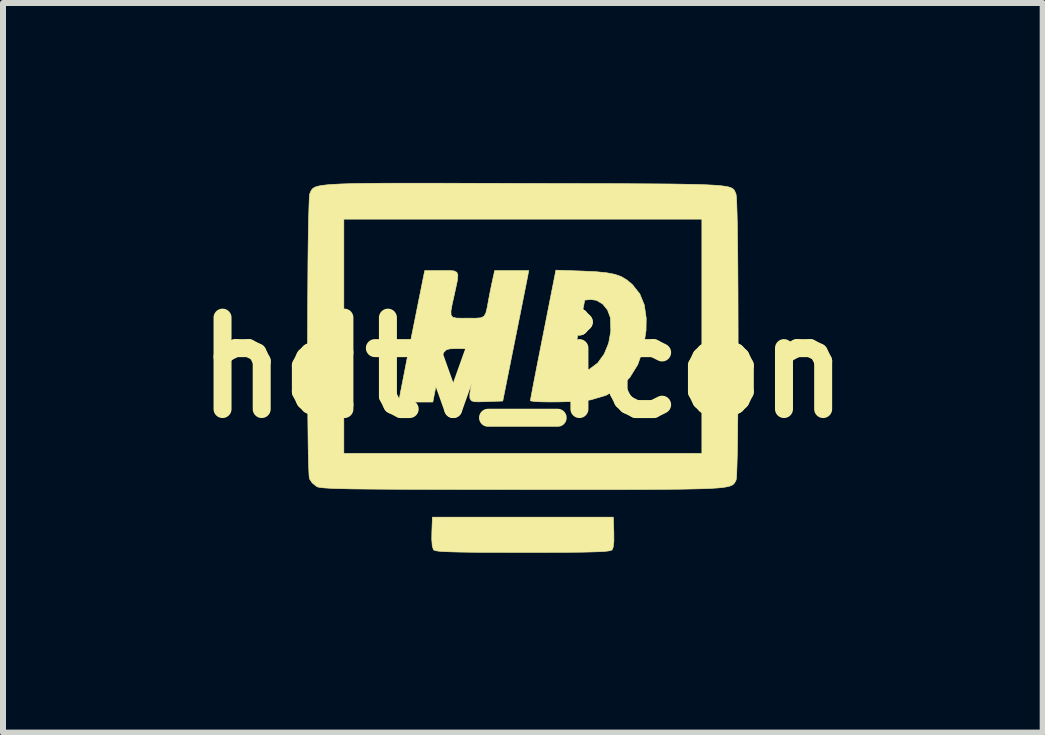
<source format=kicad_pcb>
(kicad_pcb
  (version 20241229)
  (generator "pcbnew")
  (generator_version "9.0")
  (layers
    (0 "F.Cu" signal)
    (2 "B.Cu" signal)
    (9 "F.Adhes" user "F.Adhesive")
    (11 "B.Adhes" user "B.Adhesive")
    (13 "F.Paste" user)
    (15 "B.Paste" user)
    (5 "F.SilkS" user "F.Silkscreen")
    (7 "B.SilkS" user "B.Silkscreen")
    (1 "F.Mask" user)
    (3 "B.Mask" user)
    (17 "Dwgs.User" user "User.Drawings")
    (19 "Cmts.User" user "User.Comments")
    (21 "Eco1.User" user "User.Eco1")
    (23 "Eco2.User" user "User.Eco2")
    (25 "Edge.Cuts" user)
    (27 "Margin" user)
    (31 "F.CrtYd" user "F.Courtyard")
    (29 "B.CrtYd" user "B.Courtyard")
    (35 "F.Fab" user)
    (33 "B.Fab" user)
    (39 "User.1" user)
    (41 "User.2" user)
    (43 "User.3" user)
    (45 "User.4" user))
  (footprint "hdtv_icon"
    (layer "F.Cu")
    (at 5.668 3.081)
    (property "Reference" "hdtv_icon" (at 0 0 0) (layer "F.SilkS") (effects (font (size 1.524 1.524) (thickness 0.3))))
    (attr through_hole)
    (fp_poly (pts (xy 1.517 2.741) (xy 1.518 2.89) (xy 1.506 2.993) (xy 1.49 3.035) (xy 1.472 3.046) (xy 1.434 3.055) (xy 1.372 3.062) (xy 1.28 3.068) (xy 1.153 3.072) (xy 0.985 3.076) (xy 0.772 3.078) (xy 0.509 3.079) (xy 0.19 3.08) (xy -0.000001 3.08) (xy -0.35 3.079) (xy -0.642 3.079) (xy -0.88 3.077) (xy -1.071 3.074) (xy -1.218 3.07) (xy -1.328 3.065) (xy -1.406 3.059) (xy -1.455 3.051) (xy -1.483 3.041) (xy -1.49 3.035) (xy -1.51 2.975) (xy -1.519 2.862) (xy -1.517 2.741) (xy -1.508 2.492) (xy 1.508 2.492) (xy 1.517 2.741)) (stroke (width 0.01) (type solid)) (fill yes) (layer "F.SilkS"))
    (fp_poly (pts (xy 0.998 -1.611) (xy 1.225 -1.6) (xy 1.401 -1.582) (xy 1.537 -1.556) (xy 1.645 -1.517) (xy 1.737 -1.461) (xy 1.825 -1.387) (xy 1.83 -1.381) (xy 1.95 -1.23) (xy 2.025 -1.047) (xy 2.057 -0.825) (xy 2.054 -0.62) (xy 2.007 -0.314) (xy 1.916 -0.052) (xy 1.782 0.165) (xy 1.605 0.337) (xy 1.386 0.461) (xy 1.128 0.537) (xy 1.034 0.549) (xy 0.905 0.559) (xy 0.756 0.566) (xy 0.599 0.57) (xy 0.445 0.571) (xy 0.309 0.569) (xy 0.203 0.564) (xy 0.139 0.555) (xy 0.126 0.548) (xy 0.132 0.512) (xy 0.149 0.421) (xy 0.175 0.283) (xy 0.21 0.104) (xy 0.218 0.062) (xy 0.802 0.062) (xy 0.822 0.09) (xy 0.881 0.095) (xy 0.963 0.081) (xy 1.067 0.044) (xy 1.112 0.024) (xy 1.248 -0.078) (xy 1.356 -0.227) (xy 1.431 -0.409) (xy 1.467 -0.611) (xy 1.461 -0.82) (xy 1.458 -0.84) (xy 1.412 -0.963) (xy 1.33 -1.063) (xy 1.227 -1.124) (xy 1.133 -1.137) (xy 1.032 -1.127) (xy 0.932 -0.619) (xy 0.896 -0.439) (xy 0.863 -0.274) (xy 0.836 -0.136) (xy 0.817 -0.04) (xy 0.811 -0.008) (xy 0.802 0.062) (xy 0.218 0.062) (xy 0.251 -0.107) (xy 0.298 -0.345) (xy 0.339 -0.551) (xy 0.551 -1.626) (xy 0.998 -1.611)) (stroke (width 0.01) (type solid)) (fill yes) (layer "F.SilkS"))
    (fp_poly (pts (xy -1.149 -1.614) (xy -1.101 -1.591) (xy -1.084 -1.543) (xy -1.091 -1.458) (xy -1.119 -1.327) (xy -1.142 -1.221) (xy -1.179 -1.057) (xy -1.199 -0.946) (xy -1.197 -0.878) (xy -1.168 -0.841) (xy -1.106 -0.827) (xy -1.005 -0.825) (xy -0.923 -0.826) (xy -0.788 -0.825) (xy -0.7 -0.832) (xy -0.648 -0.857) (xy -0.617 -0.911) (xy -0.594 -1.006) (xy -0.572 -1.127) (xy -0.546 -1.263) (xy -0.518 -1.401) (xy -0.503 -1.468) (xy -0.47 -1.619) (xy 0.098 -1.619) (xy 0.079 -1.516) (xy 0.068 -1.46) (xy 0.046 -1.35) (xy 0.015 -1.195) (xy -0.023 -1.003) (xy -0.067 -0.783) (xy -0.115 -0.543) (xy -0.138 -0.429) (xy -0.335 0.556) (xy -0.612 0.565) (xy -0.727 0.569) (xy -0.809 0.567) (xy -0.859 0.55) (xy -0.883 0.509) (xy -0.884 0.436) (xy -0.866 0.321) (xy -0.831 0.156) (xy -0.813 0.073) (xy -0.785 -0.069) (xy -0.764 -0.188) (xy -0.754 -0.269) (xy -0.755 -0.3) (xy -0.793 -0.308) (xy -0.878 -0.314) (xy -0.995 -0.317) (xy -1.038 -0.318) (xy -1.145 -0.318) (xy -1.222 -0.314) (xy -1.277 -0.297) (xy -1.317 -0.258) (xy -1.346 -0.189) (xy -1.374 -0.08) (xy -1.405 0.077) (xy -1.428 0.198) (xy -1.501 0.572) (xy -1.782 0.572) (xy -1.907 0.569) (xy -2.004 0.562) (xy -2.058 0.553) (xy -2.065 0.548) (xy -2.059 0.512) (xy -2.042 0.421) (xy -2.015 0.283) (xy -1.98 0.105) (xy -1.939 -0.107) (xy -1.891 -0.344) (xy -1.851 -0.548) (xy -1.636 -1.619) (xy -1.358 -1.619) (xy -1.233 -1.62) (xy -1.149 -1.614)) (stroke (width 0.01) (type solid)) (fill yes) (layer "F.SilkS"))
    (fp_poly (pts (xy -1.412 -3.076) (xy -0.98 -3.075) (xy -0.49 -3.074) (xy 0.038 -3.072) (xy 0.579 -3.071) (xy 1.061 -3.07) (xy 1.487 -3.069) (xy 1.859 -3.067) (xy 2.183 -3.065) (xy 2.461 -3.063) (xy 2.697 -3.059) (xy 2.894 -3.055) (xy 3.057 -3.05) (xy 3.188 -3.043) (xy 3.292 -3.035) (xy 3.371 -3.025) (xy 3.43 -3.014) (xy 3.472 -3) (xy 3.501 -2.984) (xy 3.52 -2.966) (xy 3.533 -2.945) (xy 3.543 -2.922) (xy 3.554 -2.897) (xy 3.56 -2.852) (xy 3.566 -2.749) (xy 3.571 -2.596) (xy 3.576 -2.398) (xy 3.579 -2.16) (xy 3.583 -1.891) (xy 3.585 -1.595) (xy 3.587 -1.279) (xy 3.588 -0.948) (xy 3.589 -0.61) (xy 3.589 -0.27) (xy 3.588 0.065) (xy 3.587 0.391) (xy 3.585 0.699) (xy 3.582 0.985) (xy 3.579 1.241) (xy 3.575 1.463) (xy 3.57 1.643) (xy 3.565 1.776) (xy 3.559 1.855) (xy 3.555 1.875) (xy 3.542 1.9) (xy 3.53 1.921) (xy 3.513 1.941) (xy 3.49 1.958) (xy 3.456 1.972) (xy 3.407 1.985) (xy 3.341 1.996) (xy 3.253 2.005) (xy 3.14 2.012) (xy 2.998 2.018) (xy 2.824 2.022) (xy 2.615 2.026) (xy 2.366 2.028) (xy 2.074 2.03) (xy 1.735 2.031) (xy 1.347 2.031) (xy 0.904 2.031) (xy 0.405 2.031) (xy -0.006 2.031) (xy -0.547 2.03) (xy -1.027 2.03) (xy -1.451 2.029) (xy -1.822 2.028) (xy -2.144 2.027) (xy -2.42 2.025) (xy -2.654 2.023) (xy -2.849 2.021) (xy -3.009 2.017) (xy -3.138 2.014) (xy -3.238 2.009) (xy -3.315 2.004) (xy -3.37 1.998) (xy -3.408 1.992) (xy -3.432 1.984) (xy -3.438 1.981) (xy -3.512 1.921) (xy -3.557 1.854) (xy -3.564 1.805) (xy -3.569 1.7) (xy -3.574 1.544) (xy -3.579 1.343) (xy -3.582 1.104) (xy -3.585 0.832) (xy -3.587 0.535) (xy -3.588 0.217) (xy -3.589 -0.114) (xy -3.589 -0.452) (xy -3.588 -0.792) (xy -3.587 -1.127) (xy -3.585 -1.451) (xy -3.583 -1.758) (xy -3.58 -2.041) (xy -3.576 -2.295) (xy -3.572 -2.477) (xy -2.985 -2.477) (xy -2.985 1.429) (xy 2.985 1.429) (xy 2.985 -2.477) (xy -2.985 -2.477) (xy -3.572 -2.477) (xy -3.571 -2.512) (xy -3.566 -2.688) (xy -3.561 -2.815) (xy -3.555 -2.888) (xy -3.552 -2.902) (xy -3.54 -2.93) (xy -3.528 -2.955) (xy -3.513 -2.977) (xy -3.491 -2.996) (xy -3.459 -3.013) (xy -3.414 -3.027) (xy -3.351 -3.039) (xy -3.266 -3.049) (xy -3.158 -3.057) (xy -3.021 -3.064) (xy -2.853 -3.069) (xy -2.649 -3.072) (xy -2.407 -3.075) (xy -2.122 -3.076) (xy -1.792 -3.076) (xy -1.412 -3.076)) (stroke (width 0.01) (type solid)) (fill yes) (layer "F.SilkS")))
  (gr_rect
    (start -3 -3)
    (end 14.336 9.166)
    (stroke (width 0.1) (type default))
    (fill no)
    (layer "Edge.Cuts")))
</source>
